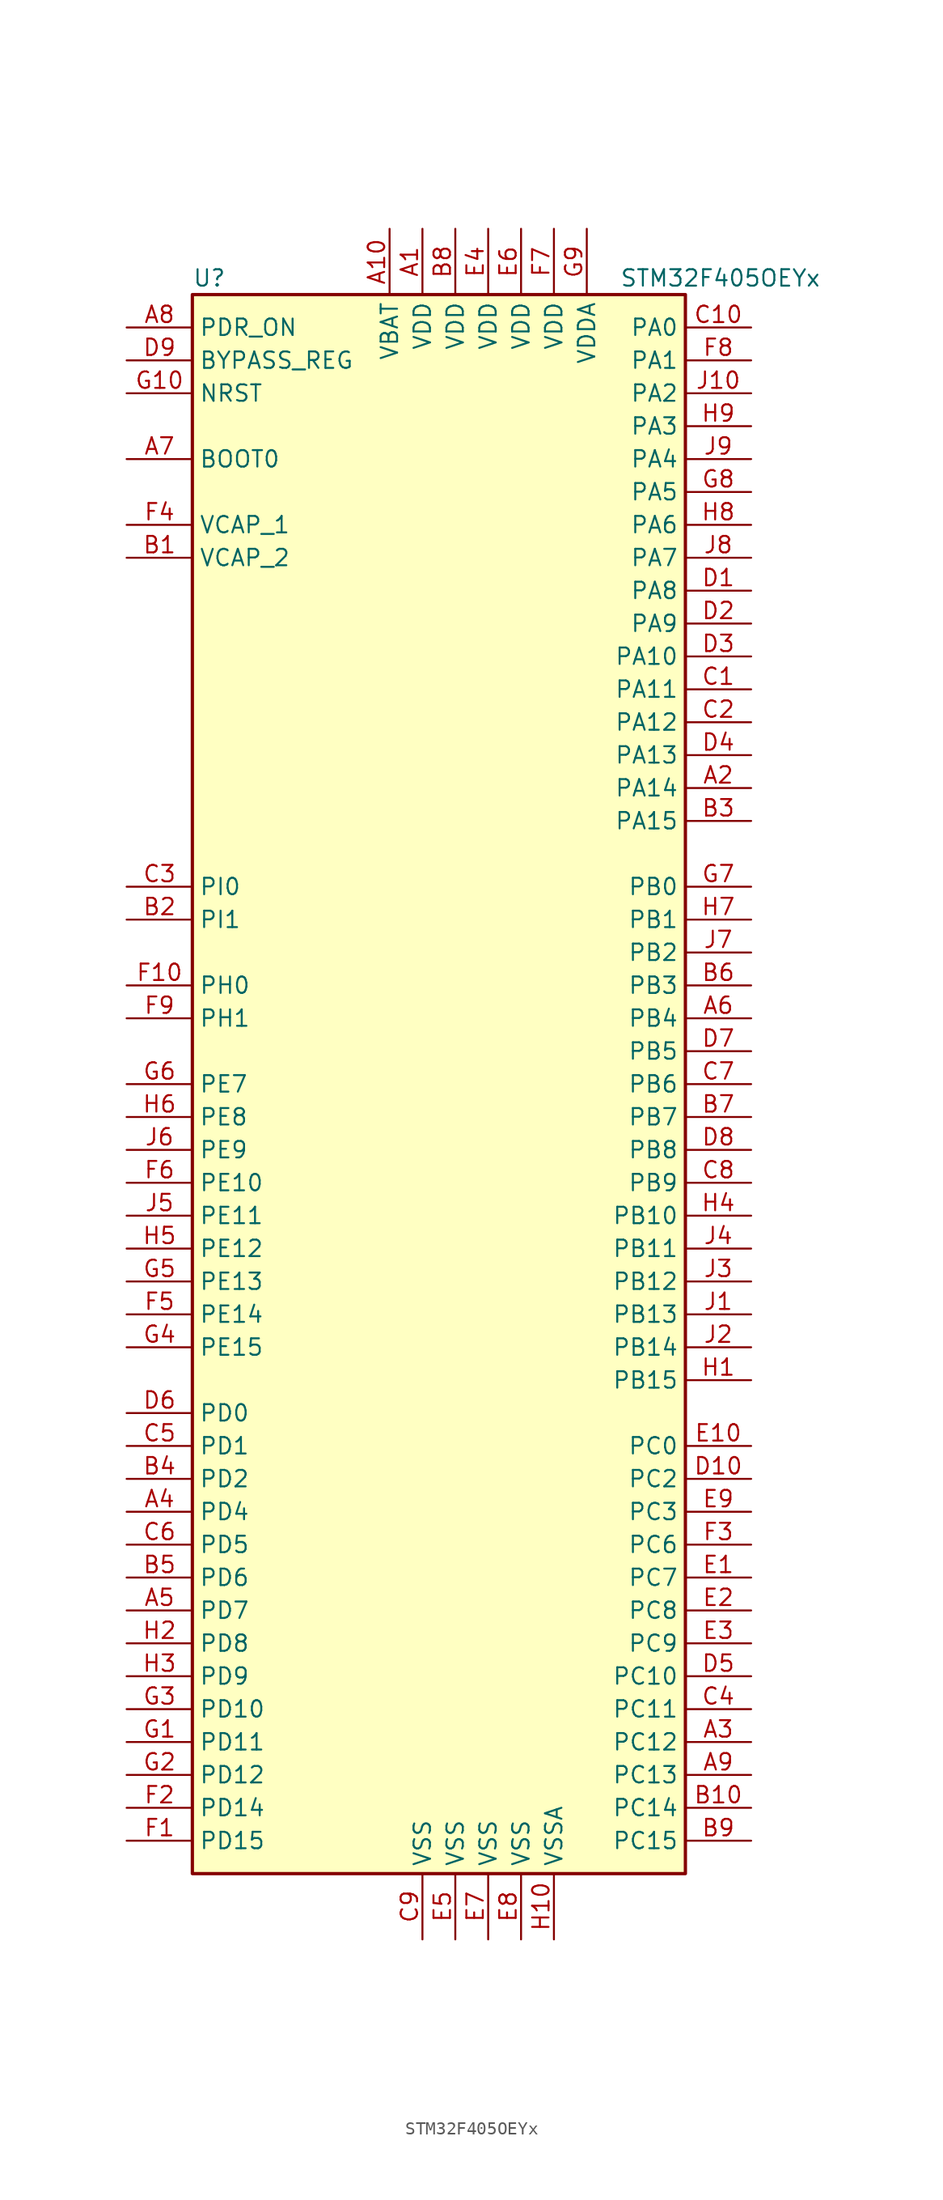
<source format=kicad_sym>
(kicad_symbol_lib
  (version 20220914)
  (generator kicad_symbol_editor)
  (symbol "STM32F405OEYx"
    (property "Reference" "U"
      (at -20.32 62.23 0)
      (effects (font (size 1.27 1.27)) (justify left)))
    (property "Value" "STM32F405OEYx"
      (at 12.7 62.23 0)
      (effects (font (size 1.27 1.27)) (justify left)))
    (symbol "STM32F405OEYx_0_1"
      (rectangle (start -20.32 -60.96) (end 17.78 60.96) (stroke (width 0.254) (type default)) (fill (type background))))
    (symbol "STM32F405OEYx_1_1"
      (pin power_in line (at -2.54 66.04 270) (length 5.08) (name "VDD" (effects (font (size 1.27 1.27)))) (number "A1" (effects (font (size 1.27 1.27)))))
      (pin power_in line (at -5.08 66.04 270) (length 5.08) (name "VBAT" (effects (font (size 1.27 1.27)))) (number "A10" (effects (font (size 1.27 1.27)))))
      (pin bidirectional line (at 22.86 22.86 180) (length 5.08) (name "PA14" (effects (font (size 1.27 1.27)))) (number "A2" (effects (font (size 1.27 1.27)))))
      (pin bidirectional line (at 22.86 -50.8 180) (length 5.08) (name "PC12" (effects (font (size 1.27 1.27)))) (number "A3" (effects (font (size 1.27 1.27)))))
      (pin bidirectional line (at -25.4 -33.02 0) (length 5.08) (name "PD4" (effects (font (size 1.27 1.27)))) (number "A4" (effects (font (size 1.27 1.27)))))
      (pin bidirectional line (at -25.4 -40.64 0) (length 5.08) (name "PD7" (effects (font (size 1.27 1.27)))) (number "A5" (effects (font (size 1.27 1.27)))))
      (pin bidirectional line (at 22.86 5.08 180) (length 5.08) (name "PB4" (effects (font (size 1.27 1.27)))) (number "A6" (effects (font (size 1.27 1.27)))))
      (pin input line (at -25.4 48.26 0) (length 5.08) (name "BOOT0" (effects (font (size 1.27 1.27)))) (number "A7" (effects (font (size 1.27 1.27)))))
      (pin input line (at -25.4 58.42 0) (length 5.08) (name "PDR_ON" (effects (font (size 1.27 1.27)))) (number "A8" (effects (font (size 1.27 1.27)))))
      (pin bidirectional line (at 22.86 -53.34 180) (length 5.08) (name "PC13" (effects (font (size 1.27 1.27)))) (number "A9" (effects (font (size 1.27 1.27)))))
      (pin power_in line (at -25.4 40.64 0) (length 5.08) (name "VCAP_2" (effects (font (size 1.27 1.27)))) (number "B1" (effects (font (size 1.27 1.27)))))
      (pin bidirectional line (at 22.86 -55.88 180) (length 5.08) (name "PC14" (effects (font (size 1.27 1.27)))) (number "B10" (effects (font (size 1.27 1.27)))))
      (pin bidirectional line (at -25.4 12.7 0) (length 5.08) (name "PI1" (effects (font (size 1.27 1.27)))) (number "B2" (effects (font (size 1.27 1.27)))))
      (pin bidirectional line (at 22.86 20.32 180) (length 5.08) (name "PA15" (effects (font (size 1.27 1.27)))) (number "B3" (effects (font (size 1.27 1.27)))))
      (pin bidirectional line (at -25.4 -30.48 0) (length 5.08) (name "PD2" (effects (font (size 1.27 1.27)))) (number "B4" (effects (font (size 1.27 1.27)))))
      (pin bidirectional line (at -25.4 -38.1 0) (length 5.08) (name "PD6" (effects (font (size 1.27 1.27)))) (number "B5" (effects (font (size 1.27 1.27)))))
      (pin bidirectional line (at 22.86 7.62 180) (length 5.08) (name "PB3" (effects (font (size 1.27 1.27)))) (number "B6" (effects (font (size 1.27 1.27)))))
      (pin bidirectional line (at 22.86 -2.54 180) (length 5.08) (name "PB7" (effects (font (size 1.27 1.27)))) (number "B7" (effects (font (size 1.27 1.27)))))
      (pin power_in line (at 0 66.04 270) (length 5.08) (name "VDD" (effects (font (size 1.27 1.27)))) (number "B8" (effects (font (size 1.27 1.27)))))
      (pin bidirectional line (at 22.86 -58.42 180) (length 5.08) (name "PC15" (effects (font (size 1.27 1.27)))) (number "B9" (effects (font (size 1.27 1.27)))))
      (pin bidirectional line (at 22.86 30.48 180) (length 5.08) (name "PA11" (effects (font (size 1.27 1.27)))) (number "C1" (effects (font (size 1.27 1.27)))))
      (pin bidirectional line (at 22.86 58.42 180) (length 5.08) (name "PA0" (effects (font (size 1.27 1.27)))) (number "C10" (effects (font (size 1.27 1.27)))))
      (pin bidirectional line (at 22.86 27.94 180) (length 5.08) (name "PA12" (effects (font (size 1.27 1.27)))) (number "C2" (effects (font (size 1.27 1.27)))))
      (pin bidirectional line (at -25.4 15.24 0) (length 5.08) (name "PI0" (effects (font (size 1.27 1.27)))) (number "C3" (effects (font (size 1.27 1.27)))))
      (pin bidirectional line (at 22.86 -48.26 180) (length 5.08) (name "PC11" (effects (font (size 1.27 1.27)))) (number "C4" (effects (font (size 1.27 1.27)))))
      (pin bidirectional line (at -25.4 -27.94 0) (length 5.08) (name "PD1" (effects (font (size 1.27 1.27)))) (number "C5" (effects (font (size 1.27 1.27)))))
      (pin bidirectional line (at -25.4 -35.56 0) (length 5.08) (name "PD5" (effects (font (size 1.27 1.27)))) (number "C6" (effects (font (size 1.27 1.27)))))
      (pin bidirectional line (at 22.86 0 180) (length 5.08) (name "PB6" (effects (font (size 1.27 1.27)))) (number "C7" (effects (font (size 1.27 1.27)))))
      (pin bidirectional line (at 22.86 -7.62 180) (length 5.08) (name "PB9" (effects (font (size 1.27 1.27)))) (number "C8" (effects (font (size 1.27 1.27)))))
      (pin power_in line (at -2.54 -66.04 90) (length 5.08) (name "VSS" (effects (font (size 1.27 1.27)))) (number "C9" (effects (font (size 1.27 1.27)))))
      (pin bidirectional line (at 22.86 38.1 180) (length 5.08) (name "PA8" (effects (font (size 1.27 1.27)))) (number "D1" (effects (font (size 1.27 1.27)))))
      (pin bidirectional line (at 22.86 -30.48 180) (length 5.08) (name "PC2" (effects (font (size 1.27 1.27)))) (number "D10" (effects (font (size 1.27 1.27)))))
      (pin bidirectional line (at 22.86 35.56 180) (length 5.08) (name "PA9" (effects (font (size 1.27 1.27)))) (number "D2" (effects (font (size 1.27 1.27)))))
      (pin bidirectional line (at 22.86 33.02 180) (length 5.08) (name "PA10" (effects (font (size 1.27 1.27)))) (number "D3" (effects (font (size 1.27 1.27)))))
      (pin bidirectional line (at 22.86 25.4 180) (length 5.08) (name "PA13" (effects (font (size 1.27 1.27)))) (number "D4" (effects (font (size 1.27 1.27)))))
      (pin bidirectional line (at 22.86 -45.72 180) (length 5.08) (name "PC10" (effects (font (size 1.27 1.27)))) (number "D5" (effects (font (size 1.27 1.27)))))
      (pin bidirectional line (at -25.4 -25.4 0) (length 5.08) (name "PD0" (effects (font (size 1.27 1.27)))) (number "D6" (effects (font (size 1.27 1.27)))))
      (pin bidirectional line (at 22.86 2.54 180) (length 5.08) (name "PB5" (effects (font (size 1.27 1.27)))) (number "D7" (effects (font (size 1.27 1.27)))))
      (pin bidirectional line (at 22.86 -5.08 180) (length 5.08) (name "PB8" (effects (font (size 1.27 1.27)))) (number "D8" (effects (font (size 1.27 1.27)))))
      (pin input line (at -25.4 55.88 0) (length 5.08) (name "BYPASS_REG" (effects (font (size 1.27 1.27)))) (number "D9" (effects (font (size 1.27 1.27)))))
      (pin bidirectional line (at 22.86 -38.1 180) (length 5.08) (name "PC7" (effects (font (size 1.27 1.27)))) (number "E1" (effects (font (size 1.27 1.27)))))
      (pin bidirectional line (at 22.86 -27.94 180) (length 5.08) (name "PC0" (effects (font (size 1.27 1.27)))) (number "E10" (effects (font (size 1.27 1.27)))))
      (pin bidirectional line (at 22.86 -40.64 180) (length 5.08) (name "PC8" (effects (font (size 1.27 1.27)))) (number "E2" (effects (font (size 1.27 1.27)))))
      (pin bidirectional line (at 22.86 -43.18 180) (length 5.08) (name "PC9" (effects (font (size 1.27 1.27)))) (number "E3" (effects (font (size 1.27 1.27)))))
      (pin power_in line (at 2.54 66.04 270) (length 5.08) (name "VDD" (effects (font (size 1.27 1.27)))) (number "E4" (effects (font (size 1.27 1.27)))))
      (pin power_in line (at 0 -66.04 90) (length 5.08) (name "VSS" (effects (font (size 1.27 1.27)))) (number "E5" (effects (font (size 1.27 1.27)))))
      (pin power_in line (at 5.08 66.04 270) (length 5.08) (name "VDD" (effects (font (size 1.27 1.27)))) (number "E6" (effects (font (size 1.27 1.27)))))
      (pin power_in line (at 2.54 -66.04 90) (length 5.08) (name "VSS" (effects (font (size 1.27 1.27)))) (number "E7" (effects (font (size 1.27 1.27)))))
      (pin power_in line (at 5.08 -66.04 90) (length 5.08) (name "VSS" (effects (font (size 1.27 1.27)))) (number "E8" (effects (font (size 1.27 1.27)))))
      (pin bidirectional line (at 22.86 -33.02 180) (length 5.08) (name "PC3" (effects (font (size 1.27 1.27)))) (number "E9" (effects (font (size 1.27 1.27)))))
      (pin bidirectional line (at -25.4 -58.42 0) (length 5.08) (name "PD15" (effects (font (size 1.27 1.27)))) (number "F1" (effects (font (size 1.27 1.27)))))
      (pin input line (at -25.4 7.62 0) (length 5.08) (name "PH0" (effects (font (size 1.27 1.27)))) (number "F10" (effects (font (size 1.27 1.27)))))
      (pin bidirectional line (at -25.4 -55.88 0) (length 5.08) (name "PD14" (effects (font (size 1.27 1.27)))) (number "F2" (effects (font (size 1.27 1.27)))))
      (pin bidirectional line (at 22.86 -35.56 180) (length 5.08) (name "PC6" (effects (font (size 1.27 1.27)))) (number "F3" (effects (font (size 1.27 1.27)))))
      (pin power_in line (at -25.4 43.18 0) (length 5.08) (name "VCAP_1" (effects (font (size 1.27 1.27)))) (number "F4" (effects (font (size 1.27 1.27)))))
      (pin bidirectional line (at -25.4 -17.78 0) (length 5.08) (name "PE14" (effects (font (size 1.27 1.27)))) (number "F5" (effects (font (size 1.27 1.27)))))
      (pin bidirectional line (at -25.4 -7.62 0) (length 5.08) (name "PE10" (effects (font (size 1.27 1.27)))) (number "F6" (effects (font (size 1.27 1.27)))))
      (pin power_in line (at 7.62 66.04 270) (length 5.08) (name "VDD" (effects (font (size 1.27 1.27)))) (number "F7" (effects (font (size 1.27 1.27)))))
      (pin bidirectional line (at 22.86 55.88 180) (length 5.08) (name "PA1" (effects (font (size 1.27 1.27)))) (number "F8" (effects (font (size 1.27 1.27)))))
      (pin input line (at -25.4 5.08 0) (length 5.08) (name "PH1" (effects (font (size 1.27 1.27)))) (number "F9" (effects (font (size 1.27 1.27)))))
      (pin bidirectional line (at -25.4 -50.8 0) (length 5.08) (name "PD11" (effects (font (size 1.27 1.27)))) (number "G1" (effects (font (size 1.27 1.27)))))
      (pin input line (at -25.4 53.34 0) (length 5.08) (name "NRST" (effects (font (size 1.27 1.27)))) (number "G10" (effects (font (size 1.27 1.27)))))
      (pin bidirectional line (at -25.4 -53.34 0) (length 5.08) (name "PD12" (effects (font (size 1.27 1.27)))) (number "G2" (effects (font (size 1.27 1.27)))))
      (pin bidirectional line (at -25.4 -48.26 0) (length 5.08) (name "PD10" (effects (font (size 1.27 1.27)))) (number "G3" (effects (font (size 1.27 1.27)))))
      (pin bidirectional line (at -25.4 -20.32 0) (length 5.08) (name "PE15" (effects (font (size 1.27 1.27)))) (number "G4" (effects (font (size 1.27 1.27)))))
      (pin bidirectional line (at -25.4 -15.24 0) (length 5.08) (name "PE13" (effects (font (size 1.27 1.27)))) (number "G5" (effects (font (size 1.27 1.27)))))
      (pin bidirectional line (at -25.4 0 0) (length 5.08) (name "PE7" (effects (font (size 1.27 1.27)))) (number "G6" (effects (font (size 1.27 1.27)))))
      (pin bidirectional line (at 22.86 15.24 180) (length 5.08) (name "PB0" (effects (font (size 1.27 1.27)))) (number "G7" (effects (font (size 1.27 1.27)))))
      (pin bidirectional line (at 22.86 45.72 180) (length 5.08) (name "PA5" (effects (font (size 1.27 1.27)))) (number "G8" (effects (font (size 1.27 1.27)))))
      (pin power_in line (at 10.16 66.04 270) (length 5.08) (name "VDDA" (effects (font (size 1.27 1.27)))) (number "G9" (effects (font (size 1.27 1.27)))))
      (pin bidirectional line (at 22.86 -22.86 180) (length 5.08) (name "PB15" (effects (font (size 1.27 1.27)))) (number "H1" (effects (font (size 1.27 1.27)))))
      (pin power_in line (at 7.62 -66.04 90) (length 5.08) (name "VSSA" (effects (font (size 1.27 1.27)))) (number "H10" (effects (font (size 1.27 1.27)))))
      (pin bidirectional line (at -25.4 -43.18 0) (length 5.08) (name "PD8" (effects (font (size 1.27 1.27)))) (number "H2" (effects (font (size 1.27 1.27)))))
      (pin bidirectional line (at -25.4 -45.72 0) (length 5.08) (name "PD9" (effects (font (size 1.27 1.27)))) (number "H3" (effects (font (size 1.27 1.27)))))
      (pin bidirectional line (at 22.86 -10.16 180) (length 5.08) (name "PB10" (effects (font (size 1.27 1.27)))) (number "H4" (effects (font (size 1.27 1.27)))))
      (pin bidirectional line (at -25.4 -12.7 0) (length 5.08) (name "PE12" (effects (font (size 1.27 1.27)))) (number "H5" (effects (font (size 1.27 1.27)))))
      (pin bidirectional line (at -25.4 -2.54 0) (length 5.08) (name "PE8" (effects (font (size 1.27 1.27)))) (number "H6" (effects (font (size 1.27 1.27)))))
      (pin bidirectional line (at 22.86 12.7 180) (length 5.08) (name "PB1" (effects (font (size 1.27 1.27)))) (number "H7" (effects (font (size 1.27 1.27)))))
      (pin bidirectional line (at 22.86 43.18 180) (length 5.08) (name "PA6" (effects (font (size 1.27 1.27)))) (number "H8" (effects (font (size 1.27 1.27)))))
      (pin bidirectional line (at 22.86 50.8 180) (length 5.08) (name "PA3" (effects (font (size 1.27 1.27)))) (number "H9" (effects (font (size 1.27 1.27)))))
      (pin bidirectional line (at 22.86 -17.78 180) (length 5.08) (name "PB13" (effects (font (size 1.27 1.27)))) (number "J1" (effects (font (size 1.27 1.27)))))
      (pin bidirectional line (at 22.86 53.34 180) (length 5.08) (name "PA2" (effects (font (size 1.27 1.27)))) (number "J10" (effects (font (size 1.27 1.27)))))
      (pin bidirectional line (at 22.86 -20.32 180) (length 5.08) (name "PB14" (effects (font (size 1.27 1.27)))) (number "J2" (effects (font (size 1.27 1.27)))))
      (pin bidirectional line (at 22.86 -15.24 180) (length 5.08) (name "PB12" (effects (font (size 1.27 1.27)))) (number "J3" (effects (font (size 1.27 1.27)))))
      (pin bidirectional line (at 22.86 -12.7 180) (length 5.08) (name "PB11" (effects (font (size 1.27 1.27)))) (number "J4" (effects (font (size 1.27 1.27)))))
      (pin bidirectional line (at -25.4 -10.16 0) (length 5.08) (name "PE11" (effects (font (size 1.27 1.27)))) (number "J5" (effects (font (size 1.27 1.27)))))
      (pin bidirectional line (at -25.4 -5.08 0) (length 5.08) (name "PE9" (effects (font (size 1.27 1.27)))) (number "J6" (effects (font (size 1.27 1.27)))))
      (pin bidirectional line (at 22.86 10.16 180) (length 5.08) (name "PB2" (effects (font (size 1.27 1.27)))) (number "J7" (effects (font (size 1.27 1.27)))))
      (pin bidirectional line (at 22.86 40.64 180) (length 5.08) (name "PA7" (effects (font (size 1.27 1.27)))) (number "J8" (effects (font (size 1.27 1.27)))))
      (pin bidirectional line (at 22.86 48.26 180) (length 5.08) (name "PA4" (effects (font (size 1.27 1.27)))) (number "J9" (effects (font (size 1.27 1.27))))))))
</source>
